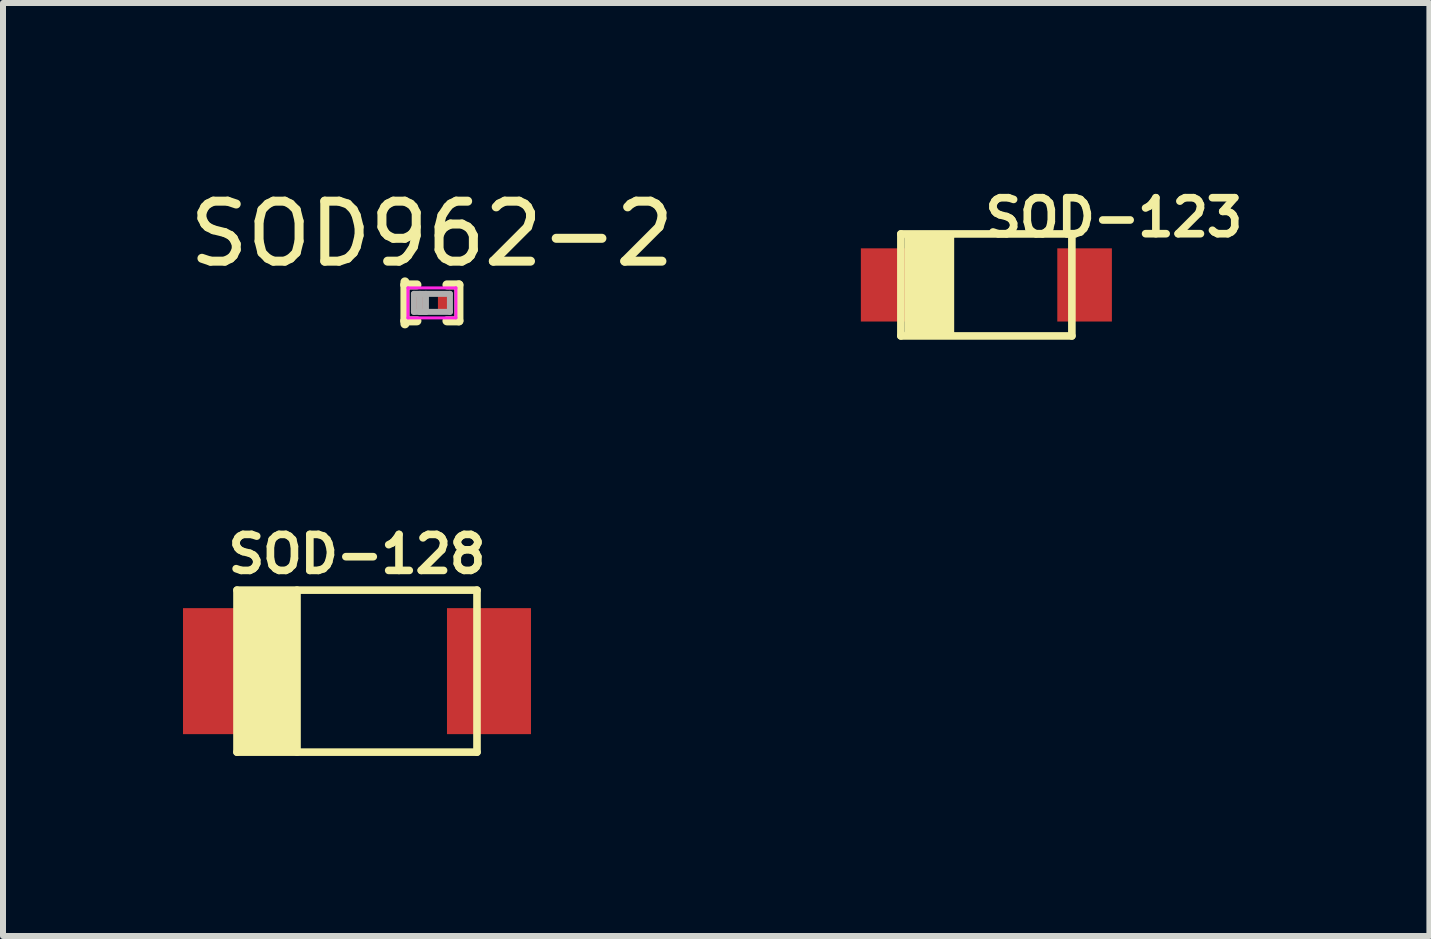
<source format=kicad_pcb>
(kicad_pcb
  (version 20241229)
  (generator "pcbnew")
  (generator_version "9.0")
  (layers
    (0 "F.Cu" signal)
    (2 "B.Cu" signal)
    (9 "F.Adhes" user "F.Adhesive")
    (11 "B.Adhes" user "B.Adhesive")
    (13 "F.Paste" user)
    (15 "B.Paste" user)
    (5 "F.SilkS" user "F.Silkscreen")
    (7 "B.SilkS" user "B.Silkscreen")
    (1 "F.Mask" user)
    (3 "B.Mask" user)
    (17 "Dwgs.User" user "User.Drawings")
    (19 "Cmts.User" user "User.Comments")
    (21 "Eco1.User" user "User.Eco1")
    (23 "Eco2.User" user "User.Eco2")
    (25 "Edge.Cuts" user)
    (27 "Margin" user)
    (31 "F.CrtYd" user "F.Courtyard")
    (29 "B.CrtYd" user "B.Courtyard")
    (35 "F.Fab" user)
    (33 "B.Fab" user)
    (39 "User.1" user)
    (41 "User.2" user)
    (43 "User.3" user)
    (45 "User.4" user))
  (footprint "SOD962-2"
    (layer "F.Cu")
    (at 4.149 1.998)
    (property "Reference" "SOD962-2" (at 0 -1.15 0) (layer "F.SilkS") (effects (font (size 1 1) (thickness 0.15))))
    (attr through_hole)
    (fp_line (start -0.45 -0.3) (end -0.45 -0.35) (stroke (width 0.15) (type solid)) (layer "F.SilkS"))
    (fp_line (start -0.45 -0.3) (end -0.45 0.3) (stroke (width 0.15) (type solid)) (layer "F.SilkS"))
    (fp_line (start -0.45 -0.3) (end -0.25 -0.3) (stroke (width 0.15) (type solid)) (layer "F.SilkS"))
    (fp_line (start -0.45 0.3) (end -0.45 0.35) (stroke (width 0.15) (type solid)) (layer "F.SilkS"))
    (fp_line (start -0.45 0.3) (end -0.25 0.3) (stroke (width 0.15) (type solid)) (layer "F.SilkS"))
    (fp_line (start 0.25 -0.3) (end 0.45 -0.3) (stroke (width 0.15) (type solid)) (layer "F.SilkS"))
    (fp_line (start 0.45 -0.3) (end 0.45 0.3) (stroke (width 0.15) (type solid)) (layer "F.SilkS"))
    (fp_line (start 0.45 0.3) (end 0.25 0.3) (stroke (width 0.15) (type solid)) (layer "F.SilkS"))
    (fp_line (start -0.4 -0.25) (end 0.4 -0.25) (stroke (width 0.05) (type solid)) (layer "F.CrtYd"))
    (fp_line (start -0.4 0.25) (end -0.4 -0.25) (stroke (width 0.05) (type solid)) (layer "F.CrtYd"))
    (fp_line (start 0.4 -0.25) (end 0.4 0.25) (stroke (width 0.05) (type solid)) (layer "F.CrtYd"))
    (fp_line (start 0.4 0.25) (end -0.4 0.25) (stroke (width 0.05) (type solid)) (layer "F.CrtYd"))
    (fp_line (start -0.3 -0.15) (end -0.3 0.15) (stroke (width 0.1) (type solid)) (layer "F.Fab"))
    (fp_line (start -0.3 -0.15) (end 0.3 -0.15) (stroke (width 0.1) (type solid)) (layer "F.Fab"))
    (fp_line (start -0.3 0.15) (end 0.3 0.15) (stroke (width 0.1) (type solid)) (layer "F.Fab"))
    (fp_line (start -0.2 -0.15) (end -0.2 0.15) (stroke (width 0.1) (type solid)) (layer "F.Fab"))
    (fp_line (start -0.2 0.15) (end -0.1 0.15) (stroke (width 0.1) (type solid)) (layer "F.Fab"))
    (fp_line (start -0.1 0.15) (end -0.1 -0.15) (stroke (width 0.1) (type solid)) (layer "F.Fab"))
    (fp_line (start 0.3 0.15) (end 0.3 -0.15) (stroke (width 0.1) (type solid)) (layer "F.Fab"))
    (pad "" smd circle (at -0.208 0) (size 0.256 0.256) (layers "F.Paste"))
    (pad "" smd circle (at 0.208 0) (size 0.256 0.256) (layers "F.Paste"))
    (pad "A" smd roundrect (at 0.2 0) (size 0.2 0.28) (layers "F.Cu" "F.Mask") (roundrect_rratio 0.125))
    (pad "K" smd roundrect (at -0.2 0) (size 0.2 0.28) (layers "F.Cu" "F.Mask") (roundrect_rratio 0.125)))
  (footprint "SOD-128"
    (layer "F.Cu")
    (at 2.9 8.136)
    (property "Reference" "SOD-128" (at 0 -1.95 0) (layer "F.SilkS") (effects (font (size 0.6 0.6) (thickness 0.127))))
    (attr smd)
    (fp_line (start -2 -1.35) (end -2 1.35) (stroke (width 0.127) (type solid)) (layer "F.SilkS"))
    (fp_line (start -2 1.35) (end 2 1.35) (stroke (width 0.127) (type solid)) (layer "F.SilkS"))
    (fp_line (start -1.9 -1.3) (end -1.9 1.3) (stroke (width 0.127) (type solid)) (layer "F.SilkS"))
    (fp_line (start -1.8 -1.3) (end -1.9 -1.3) (stroke (width 0.127) (type solid)) (layer "F.SilkS"))
    (fp_line (start -1.8 1.3) (end -1.8 -1.3) (stroke (width 0.127) (type solid)) (layer "F.SilkS"))
    (fp_line (start -1.7 -1.3) (end -1.7 1.3) (stroke (width 0.127) (type solid)) (layer "F.SilkS"))
    (fp_line (start -1.7 1.3) (end -1.8 1.3) (stroke (width 0.127) (type solid)) (layer "F.SilkS"))
    (fp_line (start -1.6 -1.3) (end -1.7 -1.3) (stroke (width 0.127) (type solid)) (layer "F.SilkS"))
    (fp_line (start -1.6 1.3) (end -1.6 -1.3) (stroke (width 0.127) (type solid)) (layer "F.SilkS"))
    (fp_line (start -1.5 -1.3) (end -1.5 1.3) (stroke (width 0.127) (type solid)) (layer "F.SilkS"))
    (fp_line (start -1.5 1.3) (end -1.6 1.3) (stroke (width 0.127) (type solid)) (layer "F.SilkS"))
    (fp_line (start -1.4 -1.3) (end -1.5 -1.3) (stroke (width 0.127) (type solid)) (layer "F.SilkS"))
    (fp_line (start -1.4 1.3) (end -1.4 -1.3) (stroke (width 0.127) (type solid)) (layer "F.SilkS"))
    (fp_line (start -1.3 -1.3) (end -1.3 1.3) (stroke (width 0.127) (type solid)) (layer "F.SilkS"))
    (fp_line (start -1.3 1.3) (end -1.4 1.3) (stroke (width 0.127) (type solid)) (layer "F.SilkS"))
    (fp_line (start -1.2 -1.3) (end -1.3 -1.3) (stroke (width 0.127) (type solid)) (layer "F.SilkS"))
    (fp_line (start -1.2 1.3) (end -1.2 -1.3) (stroke (width 0.127) (type solid)) (layer "F.SilkS"))
    (fp_line (start -1.1 -1.3) (end -1.1 1.3) (stroke (width 0.127) (type solid)) (layer "F.SilkS"))
    (fp_line (start -1.1 1.3) (end -1.2 1.3) (stroke (width 0.127) (type solid)) (layer "F.SilkS"))
    (fp_line (start -1 -1.35) (end -1 1.35) (stroke (width 0.127) (type solid)) (layer "F.SilkS"))
    (fp_line (start 2 -1.35) (end -2 -1.35) (stroke (width 0.127) (type solid)) (layer "F.SilkS"))
    (fp_line (start 2 1.35) (end 2 -1.35) (stroke (width 0.127) (type solid)) (layer "F.SilkS"))
    (pad "1" smd rect (at -2.2 0) (size 1.4 2.1) (layers "F.Cu" "F.Mask" "F.Paste"))
    (pad "2" smd rect (at 2.2 0) (size 1.4 2.1) (layers "F.Cu" "F.Mask" "F.Paste")))
  (footprint "SOD-123"
    (layer "F.Cu")
    (at 13.39 1.699)
    (property "Reference" "SOD-123" (at 2.125 -1.125 0) (layer "F.SilkS") (effects (font (size 0.6 0.6) (thickness 0.127))))
    (attr smd)
    (fp_line (start -1.425 -0.85) (end -1.425 0.85) (stroke (width 0.127) (type solid)) (layer "F.SilkS"))
    (fp_line (start -1.425 0.85) (end 1.425 0.85) (stroke (width 0.127) (type solid)) (layer "F.SilkS"))
    (fp_line (start -1.3 -0.8) (end -1.3 0.8) (stroke (width 0.127) (type solid)) (layer "F.SilkS"))
    (fp_line (start -1.3 0.8) (end -1.2 0.8) (stroke (width 0.127) (type solid)) (layer "F.SilkS"))
    (fp_line (start -1.2 0.8) (end -1.2 -0.8) (stroke (width 0.127) (type solid)) (layer "F.SilkS"))
    (fp_line (start -1.1 -0.8) (end -1.1 0.8) (stroke (width 0.127) (type solid)) (layer "F.SilkS"))
    (fp_line (start -1.1 0.8) (end -1 0.8) (stroke (width 0.127) (type solid)) (layer "F.SilkS"))
    (fp_line (start -1 -0.8) (end -0.9 -0.8) (stroke (width 0.127) (type solid)) (layer "F.SilkS"))
    (fp_line (start -1 0.8) (end -1 -0.8) (stroke (width 0.127) (type solid)) (layer "F.SilkS"))
    (fp_line (start -0.9 -0.8) (end -0.9 0.8) (stroke (width 0.127) (type solid)) (layer "F.SilkS"))
    (fp_line (start -0.9 0.8) (end -0.8 0.8) (stroke (width 0.127) (type solid)) (layer "F.SilkS"))
    (fp_line (start -0.8 -0.8) (end -0.7 -0.8) (stroke (width 0.127) (type solid)) (layer "F.SilkS"))
    (fp_line (start -0.8 0.8) (end -0.8 -0.8) (stroke (width 0.127) (type solid)) (layer "F.SilkS"))
    (fp_line (start -0.7 -0.8) (end -0.7 0.8) (stroke (width 0.127) (type solid)) (layer "F.SilkS"))
    (fp_line (start -0.7 0.8) (end -0.6 0.8) (stroke (width 0.127) (type solid)) (layer "F.SilkS"))
    (fp_line (start -0.6 -0.8) (end -1.3 -0.8) (stroke (width 0.127) (type solid)) (layer "F.SilkS"))
    (fp_line (start -0.6 0.8) (end -0.6 -0.8) (stroke (width 0.127) (type solid)) (layer "F.SilkS"))
    (fp_line (start 1.425 -0.85) (end -1.425 -0.85) (stroke (width 0.127) (type solid)) (layer "F.SilkS"))
    (fp_line (start 1.425 0.85) (end 1.425 -0.85) (stroke (width 0.127) (type solid)) (layer "F.SilkS"))
    (pad "1" smd rect (at -1.637 0) (size 0.91 1.22) (layers "F.Cu" "F.Mask" "F.Paste"))
    (pad "2" smd rect (at 1.637 0) (size 0.91 1.22) (layers "F.Cu" "F.Mask" "F.Paste")))
  (gr_rect
    (start -3 -3)
    (end 20.774 12.55)
    (stroke (width 0.1) (type default))
    (fill no)
    (layer "Edge.Cuts")))
</source>
